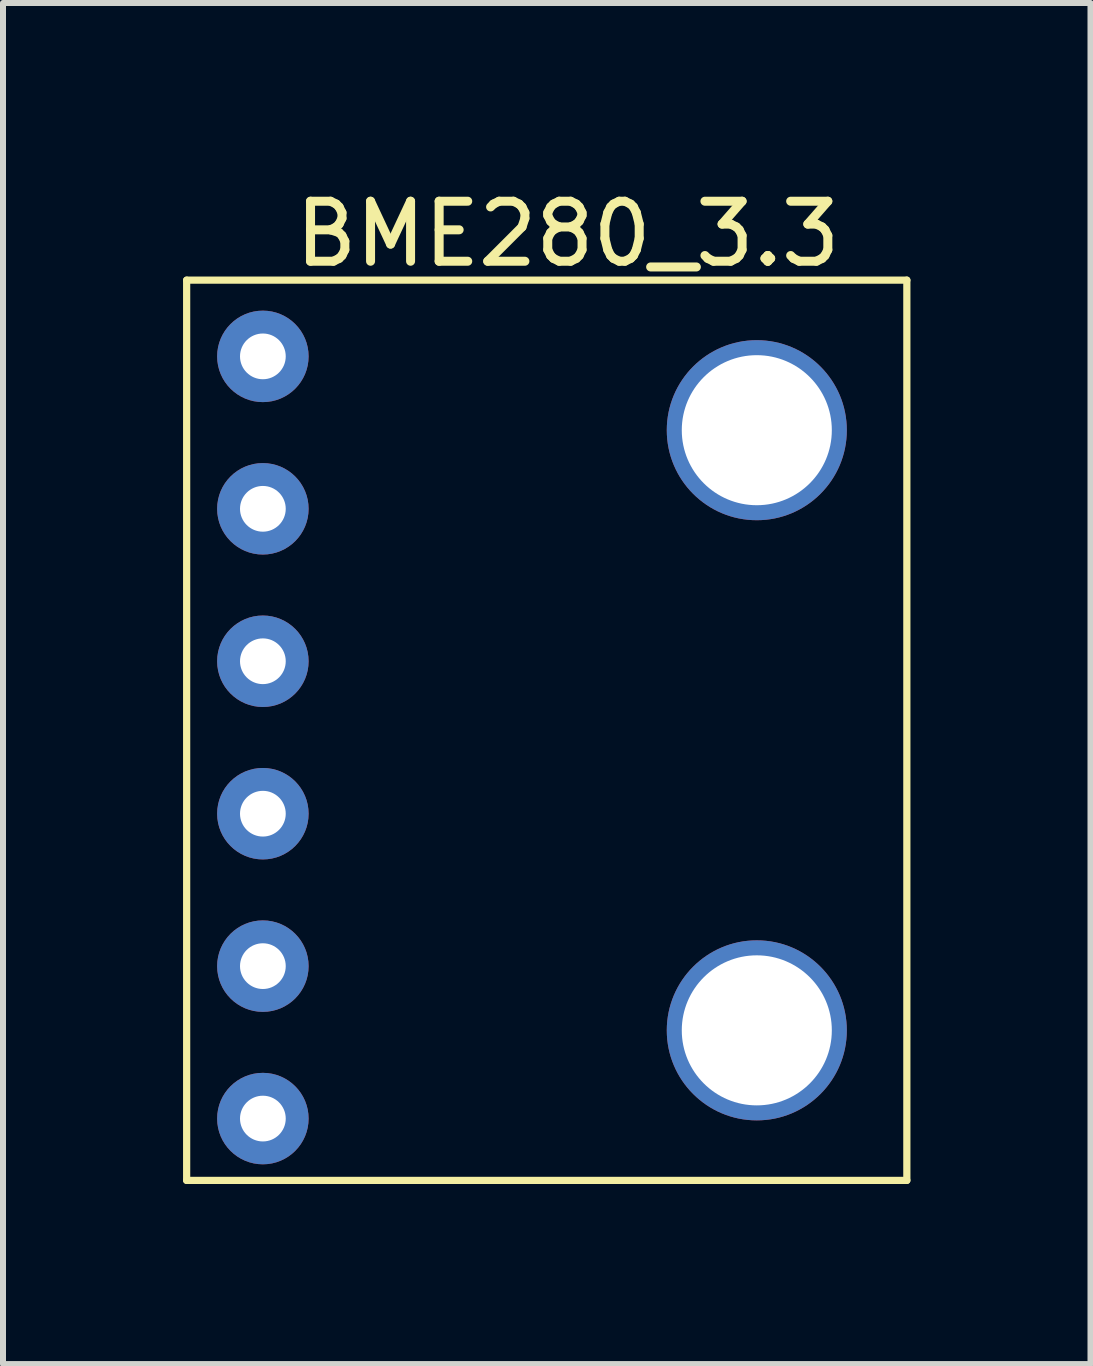
<source format=kicad_pcb>
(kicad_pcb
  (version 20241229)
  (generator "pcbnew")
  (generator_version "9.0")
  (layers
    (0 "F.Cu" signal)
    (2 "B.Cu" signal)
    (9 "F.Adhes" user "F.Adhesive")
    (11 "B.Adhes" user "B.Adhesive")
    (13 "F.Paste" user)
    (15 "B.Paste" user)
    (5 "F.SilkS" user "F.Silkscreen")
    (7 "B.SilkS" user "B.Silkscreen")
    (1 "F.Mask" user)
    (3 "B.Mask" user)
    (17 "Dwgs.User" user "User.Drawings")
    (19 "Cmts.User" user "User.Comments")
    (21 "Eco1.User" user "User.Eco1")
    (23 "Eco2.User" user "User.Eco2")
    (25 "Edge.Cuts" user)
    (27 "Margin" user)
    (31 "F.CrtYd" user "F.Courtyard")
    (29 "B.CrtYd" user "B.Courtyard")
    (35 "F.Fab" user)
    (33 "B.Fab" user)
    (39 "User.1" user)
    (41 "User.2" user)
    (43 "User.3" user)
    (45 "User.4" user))
  (footprint "BME280_3.3"
    (layer "F.Cu")
    (at 6.41 9.238)
    (property "Reference" "BME280_3.3" (at 0 -8.39 0) (layer "F.SilkS") (effects (font (size 1 1) (thickness 0.15))))
    (attr through_hole)
    (fp_line (start -6.35 -7.62) (end -6.35 7.38) (stroke (width 0.12) (type solid)) (layer "F.SilkS"))
    (fp_line (start -6.35 7.38) (end 5.65 7.38) (stroke (width 0.12) (type solid)) (layer "F.SilkS"))
    (fp_line (start 5.65 -7.62) (end -6.35 -7.62) (stroke (width 0.12) (type solid)) (layer "F.SilkS"))
    (fp_line (start 5.65 7.38) (end 5.65 -7.62) (stroke (width 0.12) (type solid)) (layer "F.SilkS"))
    (pad "" np_thru_hole circle (at 3.15 -5.12) (size 3 3) (drill 2.5) (layers "*.Cu" "*.Mask"))
    (pad "" np_thru_hole circle (at 3.15 4.88) (size 3 3) (drill 2.5) (layers "*.Cu" "*.Mask"))
    (pad "1" thru_hole circle (at -5.08 -6.35) (size 1.524 1.524) (drill 0.762) (layers "*.Cu" "*.Mask"))
    (pad "2" thru_hole circle (at -5.08 -3.81) (size 1.524 1.524) (drill 0.762) (layers "*.Cu" "*.Mask"))
    (pad "3" thru_hole circle (at -5.08 -1.27) (size 1.524 1.524) (drill 0.762) (layers "*.Cu" "*.Mask"))
    (pad "4" thru_hole circle (at -5.08 1.27) (size 1.524 1.524) (drill 0.762) (layers "*.Cu" "*.Mask"))
    (pad "5" thru_hole circle (at -5.08 3.81) (size 1.524 1.524) (drill 0.762) (layers "*.Cu" "*.Mask"))
    (pad "6" thru_hole circle (at -5.08 6.35) (size 1.524 1.524) (drill 0.762) (layers "*.Cu" "*.Mask")))
  (gr_rect
    (start -3 -3)
    (end 15.12 19.678)
    (stroke (width 0.1) (type default))
    (fill no)
    (layer "Edge.Cuts")))
</source>
